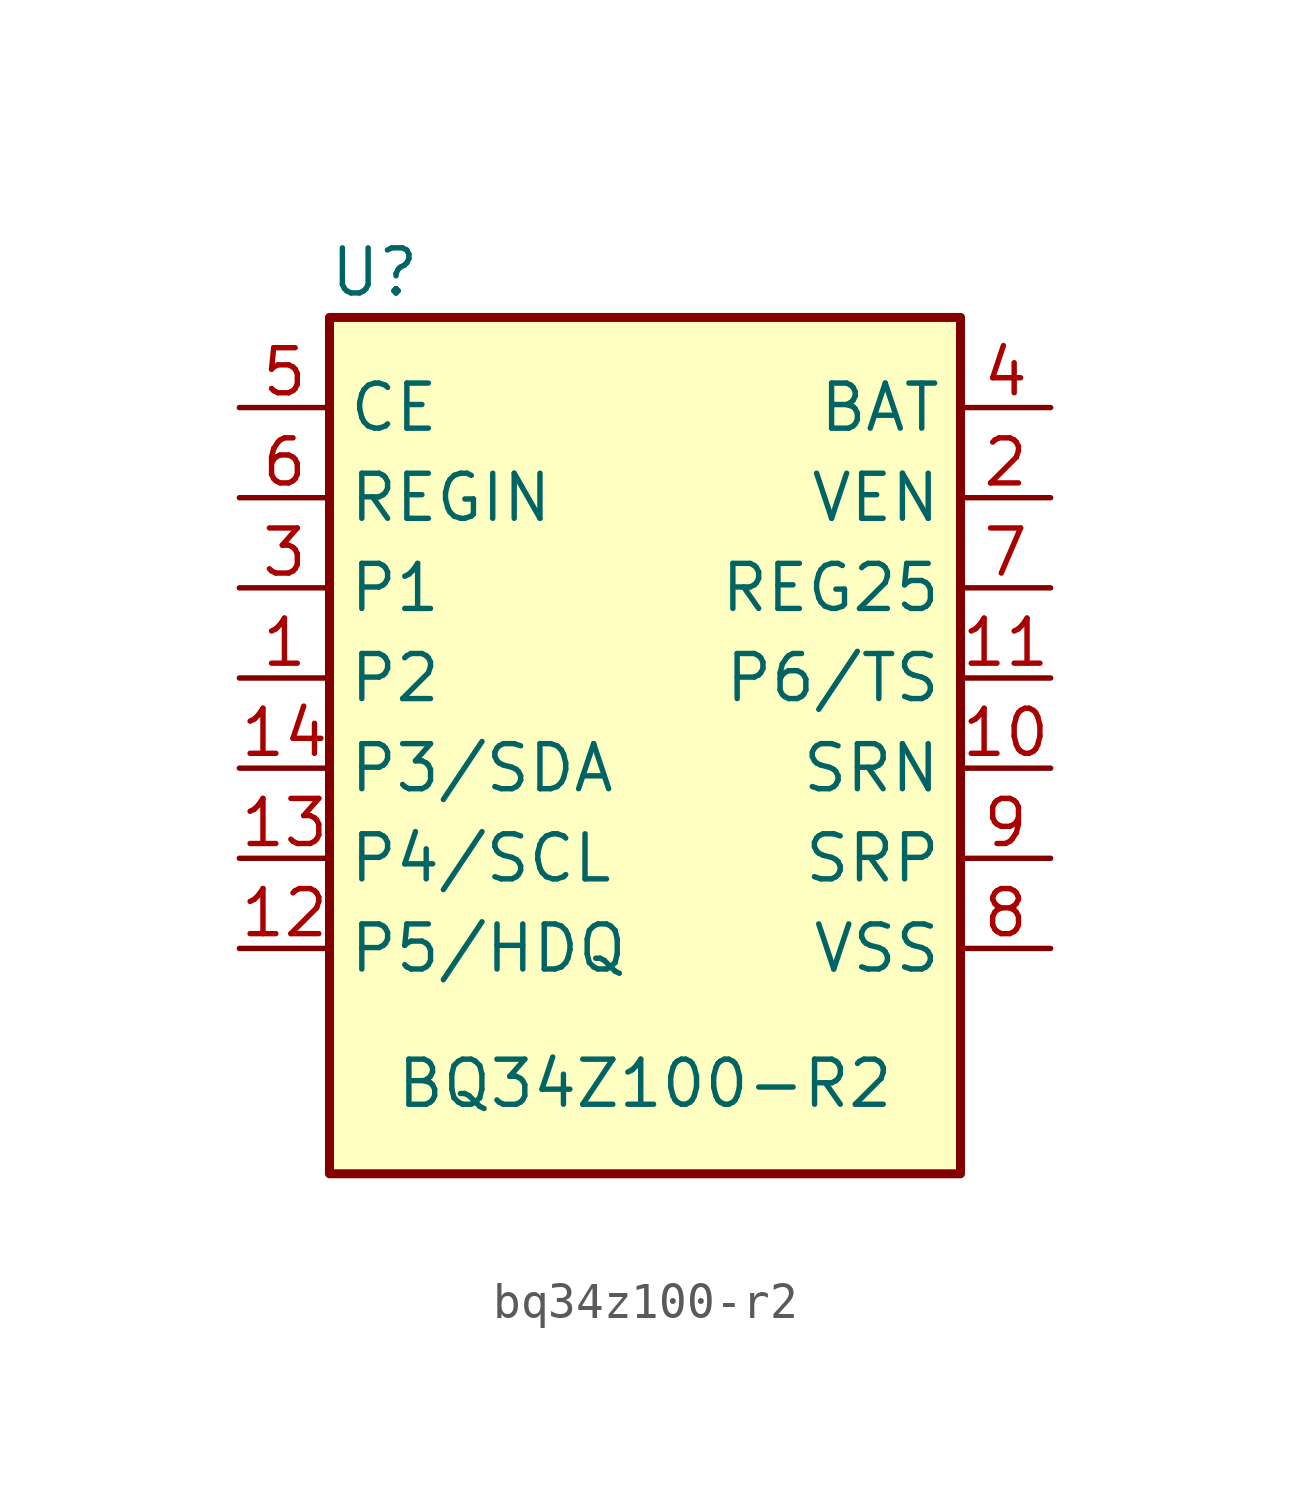
<source format=kicad_sym>
(kicad_symbol_lib
  (version 20220914)
  (generator kicad_symbol_editor)
  (symbol "bq34z100-r2"
    (property "Reference" "U"
      (at -7.62 12.7 0)
      (effects (font (size 1.27 1.27))))
    (property "Value" "BQ34Z100-R2"
      (at 0 -10.16 0)
      (effects (font (size 1.27 1.27))))
    (symbol "bq34z100-r2_1_1"
      (rectangle (start -8.89 11.43) (end 8.89 -12.7) (stroke (width 0.254) (type default)) (fill (type background)))
      (pin bidirectional line (at -11.43 1.27 0) (length 2.54) (name "P2" (effects (font (size 1.27 1.27)))) (number "1" (effects (font (size 1.27 1.27)))))
      (pin bidirectional line (at 11.43 -1.27 180) (length 2.54) (name "SRN" (effects (font (size 1.27 1.27)))) (number "10" (effects (font (size 1.27 1.27)))))
      (pin bidirectional line (at 11.43 1.27 180) (length 2.54) (name "P6/TS" (effects (font (size 1.27 1.27)))) (number "11" (effects (font (size 1.27 1.27)))))
      (pin bidirectional line (at -11.43 -6.35 0) (length 2.54) (name "P5/HDQ" (effects (font (size 1.27 1.27)))) (number "12" (effects (font (size 1.27 1.27)))))
      (pin bidirectional line (at -11.43 -3.81 0) (length 2.54) (name "P4/SCL" (effects (font (size 1.27 1.27)))) (number "13" (effects (font (size 1.27 1.27)))))
      (pin bidirectional line (at -11.43 -1.27 0) (length 2.54) (name "P3/SDA" (effects (font (size 1.27 1.27)))) (number "14" (effects (font (size 1.27 1.27)))))
      (pin bidirectional line (at 11.43 6.35 180) (length 2.54) (name "VEN" (effects (font (size 1.27 1.27)))) (number "2" (effects (font (size 1.27 1.27)))))
      (pin bidirectional line (at -11.43 3.81 0) (length 2.54) (name "P1" (effects (font (size 1.27 1.27)))) (number "3" (effects (font (size 1.27 1.27)))))
      (pin bidirectional line (at 11.43 8.89 180) (length 2.54) (name "BAT" (effects (font (size 1.27 1.27)))) (number "4" (effects (font (size 1.27 1.27)))))
      (pin bidirectional line (at -11.43 8.89 0) (length 2.54) (name "CE" (effects (font (size 1.27 1.27)))) (number "5" (effects (font (size 1.27 1.27)))))
      (pin bidirectional line (at -11.43 6.35 0) (length 2.54) (name "REGIN" (effects (font (size 1.27 1.27)))) (number "6" (effects (font (size 1.27 1.27)))))
      (pin bidirectional line (at 11.43 3.81 180) (length 2.54) (name "REG25" (effects (font (size 1.27 1.27)))) (number "7" (effects (font (size 1.27 1.27)))))
      (pin bidirectional line (at 11.43 -6.35 180) (length 2.54) (name "VSS" (effects (font (size 1.27 1.27)))) (number "8" (effects (font (size 1.27 1.27)))))
      (pin bidirectional line (at 11.43 -3.81 180) (length 2.54) (name "SRP" (effects (font (size 1.27 1.27)))) (number "9" (effects (font (size 1.27 1.27))))))))
</source>
